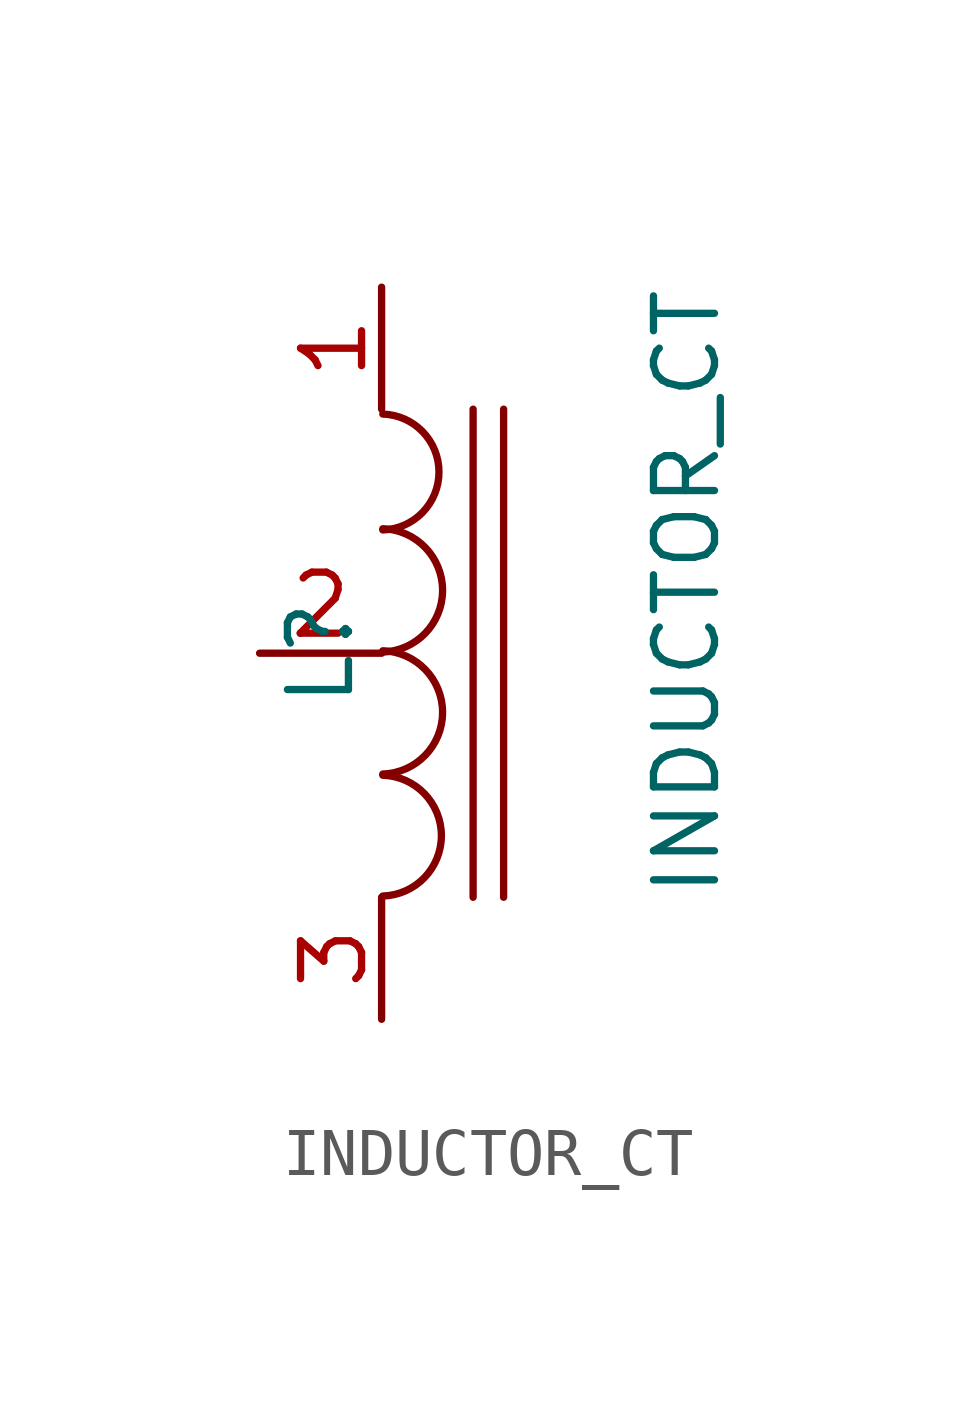
<source format=kicad_sym>
(kicad_symbol_lib
  (version 20211014)
  (generator kicad_symbol_editor)
  (symbol "INDUCTOR_CT"
    (pin_names
      (offset 1.016) hide)
    (property "Reference" "L"
      (at -1.27 0 90)
      (effects (font (size 1.27 1.27))))
    (property "Value" "INDUCTOR_CT"
      (at 6.35 1.27 90)
      (effects (font (size 1.27 1.27))))
    (property "Footprint" ""
      (at 0 0 0)
      (effects (font (size 1.27 1.27))))
    (property "Datasheet" ""
      (at 0 0 0)
      (effects (font (size 1.27 1.27))))
    (symbol "INDUCTOR_CT_0_1"
      (polyline (pts (xy 1.905 5.08) (xy 1.905 -5.08)) (stroke (width 0) (type default) (color 0 0 0 0)) (fill (type none)))
      (polyline (pts (xy 2.54 5.08) (xy 2.54 -5.08)) (stroke (width 0) (type default) (color 0 0 0 0)) (fill (type none)))
      (arc (start 0.0254 -5.0546) (mid 1.2449 -3.8097) (end 0.0254 -2.54) (stroke (width 0) (type default) (color 0 0 0 0)) (fill (type none)))
      (arc (start 0.0254 -2.5146) (mid 1.2703 -1.2444) (end 0.0254 0.0508) (stroke (width 0) (type default) (color 0 0 0 0)) (fill (type none)))
      (arc (start 0.0254 0.0254) (mid 1.2703 1.2956) (end 0.0254 2.5908) (stroke (width 0) (type default) (color 0 0 0 0)) (fill (type none)))
      (arc (start 0.0254 2.5654) (mid 1.1941 3.7595) (end 0.0254 4.9784) (stroke (width 0) (type default) (color 0 0 0 0)) (fill (type none))))
    (symbol "INDUCTOR_CT_1_1"
      (pin passive line (at 0 7.62 270) (length 2.54) (name "1" (effects (font (size 1.27 1.27)))) (number "1" (effects (font (size 1.27 1.27)))))
      (pin passive line (at -2.54 0 0) (length 2.54) (name "TAP" (effects (font (size 1.27 1.27)))) (number "2" (effects (font (size 1.27 1.27)))))
      (pin passive line (at 0 -7.62 90) (length 2.54) (name "3" (effects (font (size 1.27 1.27)))) (number "3" (effects (font (size 1.27 1.27))))))))
</source>
